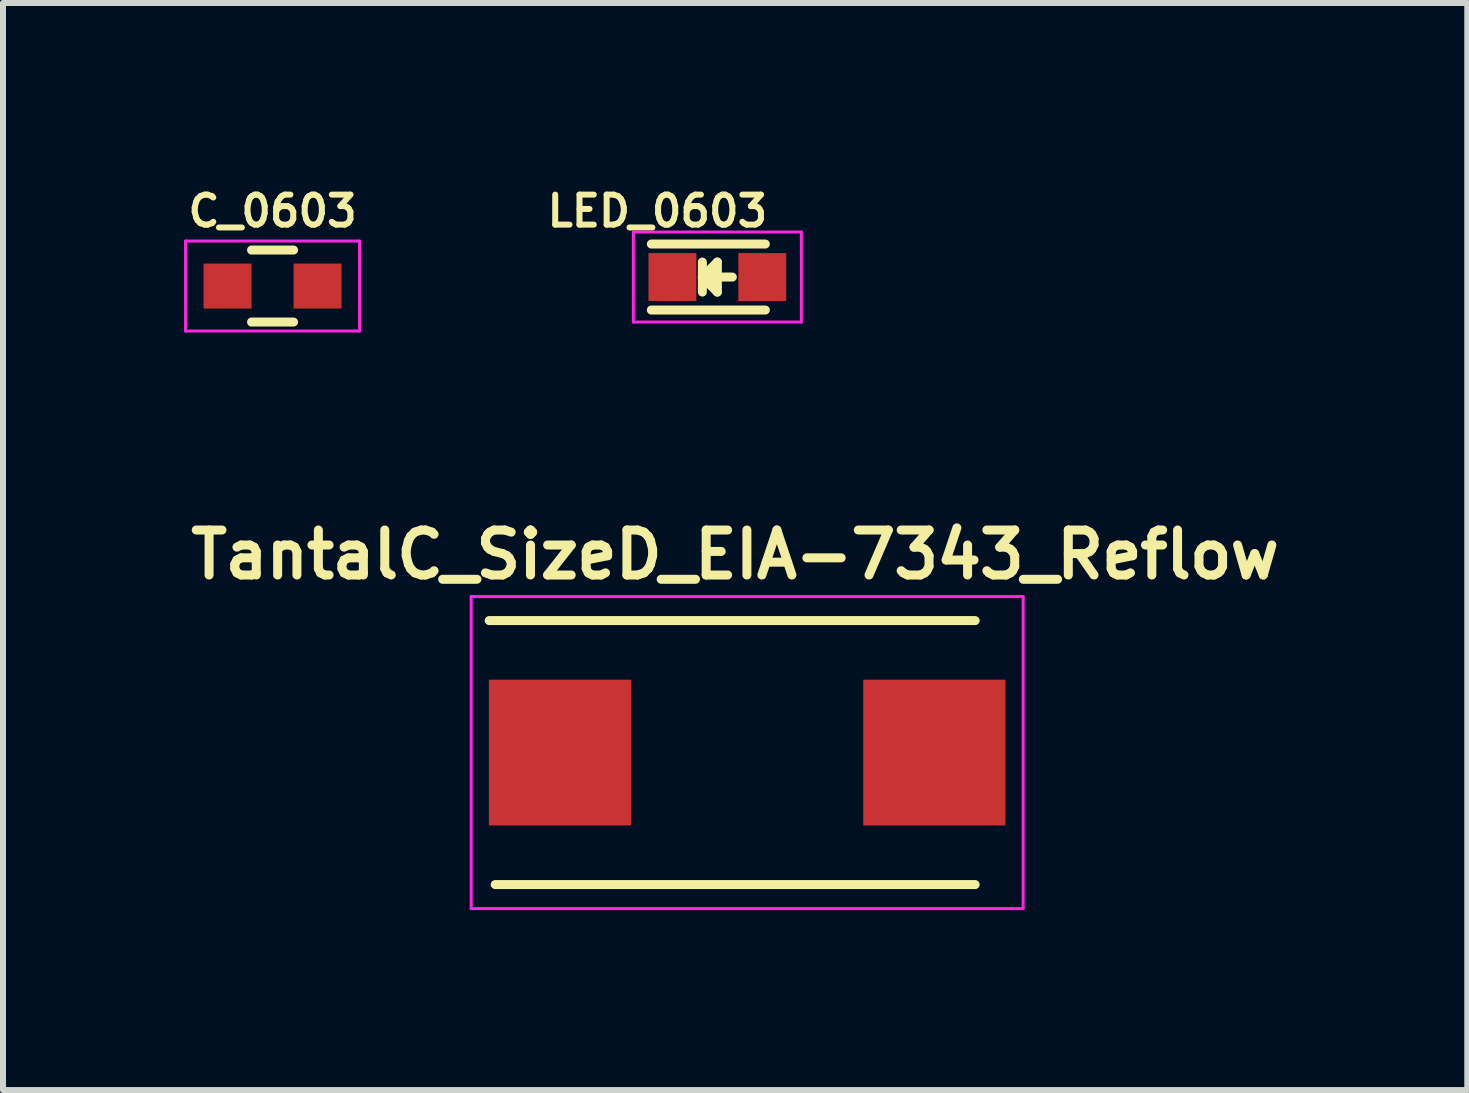
<source format=kicad_pcb>
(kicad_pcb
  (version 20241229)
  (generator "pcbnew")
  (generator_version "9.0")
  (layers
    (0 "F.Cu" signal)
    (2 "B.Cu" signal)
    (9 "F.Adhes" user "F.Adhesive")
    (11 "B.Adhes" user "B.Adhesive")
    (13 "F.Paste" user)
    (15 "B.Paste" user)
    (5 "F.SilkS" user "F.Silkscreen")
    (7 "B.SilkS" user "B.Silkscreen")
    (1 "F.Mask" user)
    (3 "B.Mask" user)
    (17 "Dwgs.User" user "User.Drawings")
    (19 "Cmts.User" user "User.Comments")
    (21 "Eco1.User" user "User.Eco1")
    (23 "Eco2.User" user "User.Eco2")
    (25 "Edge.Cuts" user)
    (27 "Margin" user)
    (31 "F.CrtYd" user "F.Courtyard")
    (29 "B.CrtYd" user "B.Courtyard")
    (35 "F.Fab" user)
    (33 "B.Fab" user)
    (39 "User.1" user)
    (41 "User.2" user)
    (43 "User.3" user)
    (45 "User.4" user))
  (footprint "LED_0603"
    (layer "F.Cu")
    (at 8.907 1.568)
    (property "Reference" "LED_0603" (at -1 -1.1 0) (layer "F.SilkS") (effects (font (size 0.5 0.5) (thickness 0.1))))
    (attr smd)
    (fp_line (start -1.1 -0.55) (end 0.8 -0.55) (stroke (width 0.15) (type solid)) (layer "F.SilkS"))
    (fp_line (start -1.1 0.55) (end 0.8 0.55) (stroke (width 0.15) (type solid)) (layer "F.SilkS"))
    (fp_line (start -0.25 -0.25) (end -0.25 0.25) (stroke (width 0.15) (type solid)) (layer "F.SilkS"))
    (fp_line (start -0.25 0) (end 0 -0.25) (stroke (width 0.15) (type solid)) (layer "F.SilkS"))
    (fp_line (start -0.2 0) (end 0.25 0) (stroke (width 0.15) (type solid)) (layer "F.SilkS"))
    (fp_line (start 0 -0.25) (end 0 0.25) (stroke (width 0.15) (type solid)) (layer "F.SilkS"))
    (fp_line (start 0 0.25) (end -0.25 0) (stroke (width 0.15) (type solid)) (layer "F.SilkS"))
    (fp_line (start -1.4 -0.75) (end 1.4 -0.75) (stroke (width 0.05) (type solid)) (layer "F.CrtYd"))
    (fp_line (start -1.4 0.75) (end -1.4 -0.75) (stroke (width 0.05) (type solid)) (layer "F.CrtYd"))
    (fp_line (start 1.4 -0.75) (end 1.4 0.75) (stroke (width 0.05) (type solid)) (layer "F.CrtYd"))
    (fp_line (start 1.4 0.75) (end -1.4 0.75) (stroke (width 0.05) (type solid)) (layer "F.CrtYd"))
    (pad "1" smd rect (at -0.749 0 180) (size 0.798 0.798) (layers "F.Cu" "F.Mask" "F.Paste"))
    (pad "2" smd rect (at 0.749 0 180) (size 0.798 0.798) (layers "F.Cu" "F.Mask" "F.Paste")))
  (footprint "C_0603"
    (layer "F.Cu")
    (at 1.493 1.718)
    (property "Reference" "C_0603" (at 0 -1.25 0) (layer "F.SilkS") (effects (font (size 0.5 0.5) (thickness 0.1))))
    (attr smd)
    (fp_line (start -0.35 -0.6) (end 0.35 -0.6) (stroke (width 0.15) (type solid)) (layer "F.SilkS"))
    (fp_line (start 0.35 0.6) (end -0.35 0.6) (stroke (width 0.15) (type solid)) (layer "F.SilkS"))
    (fp_line (start -1.45 -0.75) (end -1.45 0.75) (stroke (width 0.05) (type solid)) (layer "F.CrtYd"))
    (fp_line (start -1.45 -0.75) (end 1.45 -0.75) (stroke (width 0.05) (type solid)) (layer "F.CrtYd"))
    (fp_line (start -1.45 0.75) (end 1.45 0.75) (stroke (width 0.05) (type solid)) (layer "F.CrtYd"))
    (fp_line (start 1.45 -0.75) (end 1.45 0.75) (stroke (width 0.05) (type solid)) (layer "F.CrtYd"))
    (pad "1" smd rect (at -0.75 0) (size 0.8 0.75) (layers "F.Cu" "F.Mask" "F.Paste"))
    (pad "2" smd rect (at 0.75 0) (size 0.8 0.75) (layers "F.Cu" "F.Mask" "F.Paste")))
  (footprint "TantalC_SizeD_EIA-7343_Reflow"
    (layer "F.Cu")
    (at 9.404 9.494)
    (property "Reference" "TantalC_SizeD_EIA-7343_Reflow" (at -0.201 -3.299 0) (layer "F.SilkS") (effects (font (size 0.75 0.75) (thickness 0.15))))
    (attr smd)
    (fp_line (start -4.2 2.2) (end 3.8 2.2) (stroke (width 0.15) (type solid)) (layer "F.SilkS"))
    (fp_line (start 3.8 -2.2) (end -4.3 -2.2) (stroke (width 0.15) (type solid)) (layer "F.SilkS"))
    (fp_line (start -4.6 -2.6) (end -4.6 2.6) (stroke (width 0.05) (type solid)) (layer "F.CrtYd"))
    (fp_line (start -4.6 2.6) (end 4.6 2.6) (stroke (width 0.05) (type solid)) (layer "F.CrtYd"))
    (fp_line (start 4.6 -2.6) (end -4.6 -2.6) (stroke (width 0.05) (type solid)) (layer "F.CrtYd"))
    (fp_line (start 4.6 2.6) (end 4.6 -2.6) (stroke (width 0.05) (type solid)) (layer "F.CrtYd"))
    (pad "1" smd rect (at -3.12 0) (size 2.37 2.43) (layers "F.Cu" "F.Mask" "F.Paste"))
    (pad "2" smd rect (at 3.12 0) (size 2.37 2.43) (layers "F.Cu" "F.Mask" "F.Paste")))
  (gr_rect
    (start -3 -3)
    (end 21.407 15.119)
    (stroke (width 0.1) (type default))
    (fill no)
    (layer "Edge.Cuts")))
</source>
